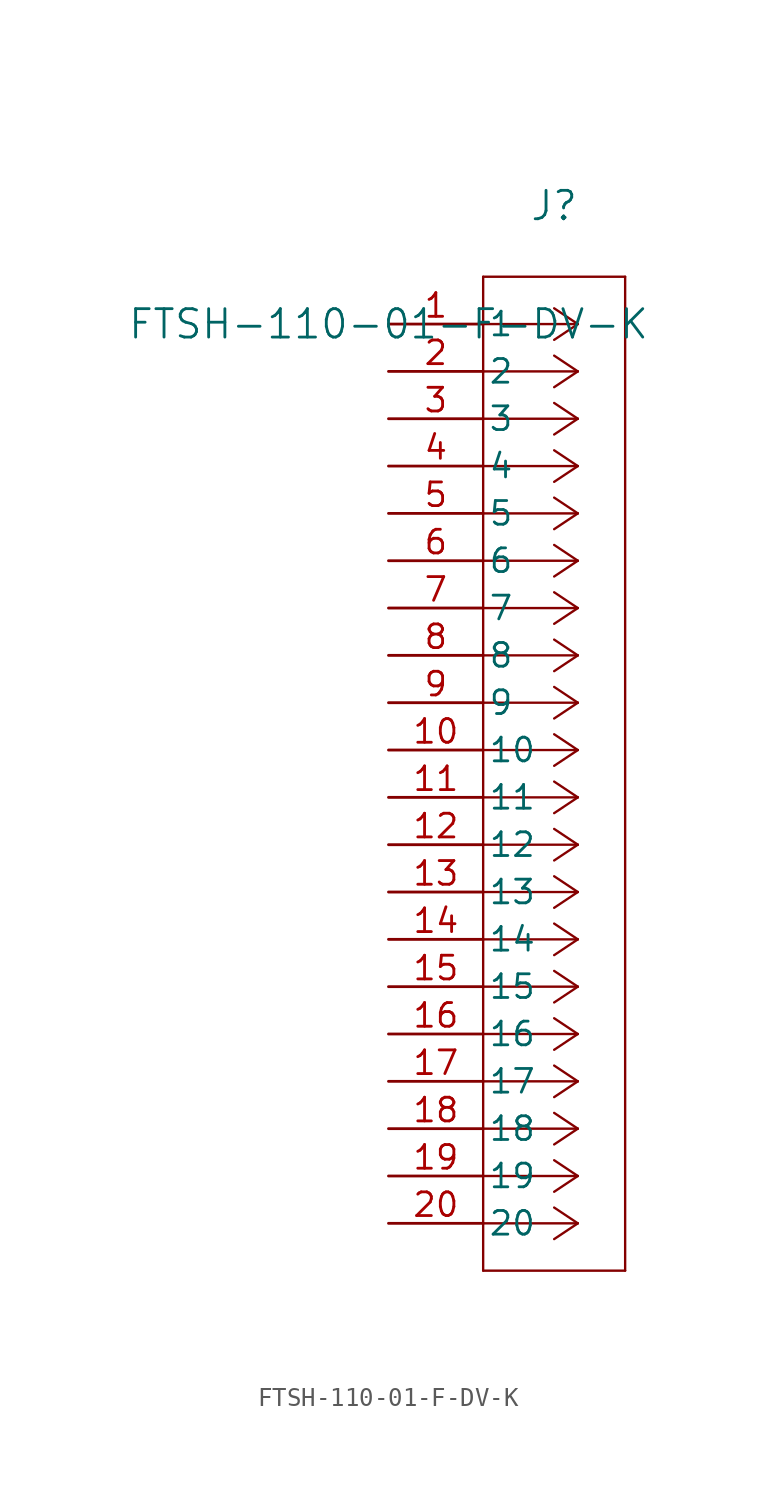
<source format=kicad_sym>
(kicad_symbol_lib
  (version 20211014)
  (generator kicad_symbol_editor)
  (symbol "FTSH-110-01-F-DV-K"
    (pin_names
      (offset 0.254))
    (property "Reference" "J"
      (at 8.89 6.35 0)
      (effects (font (size 1.524 1.524))))
    (property "Value" "FTSH-110-01-F-DV-K"
      (at 0 0 0)
      (effects (font (size 1.524 1.524))))
    (symbol "FTSH-110-01-F-DV-K_0_1"
      (polyline (pts (xy 10.16 0) (xy 5.08 0)) (stroke (width 0.127) (type default) (color 0 0 0 0)) (fill (type none)))
      (polyline (pts (xy 10.16 -2.54) (xy 5.08 -2.54)) (stroke (width 0.127) (type default) (color 0 0 0 0)) (fill (type none)))
      (polyline (pts (xy 10.16 -5.08) (xy 5.08 -5.08)) (stroke (width 0.127) (type default) (color 0 0 0 0)) (fill (type none)))
      (polyline (pts (xy 10.16 -7.62) (xy 5.08 -7.62)) (stroke (width 0.127) (type default) (color 0 0 0 0)) (fill (type none)))
      (polyline (pts (xy 10.16 -10.16) (xy 5.08 -10.16)) (stroke (width 0.127) (type default) (color 0 0 0 0)) (fill (type none)))
      (polyline (pts (xy 10.16 -12.7) (xy 5.08 -12.7)) (stroke (width 0.127) (type default) (color 0 0 0 0)) (fill (type none)))
      (polyline (pts (xy 10.16 -15.24) (xy 5.08 -15.24)) (stroke (width 0.127) (type default) (color 0 0 0 0)) (fill (type none)))
      (polyline (pts (xy 10.16 -17.78) (xy 5.08 -17.78)) (stroke (width 0.127) (type default) (color 0 0 0 0)) (fill (type none)))
      (polyline (pts (xy 10.16 -20.32) (xy 5.08 -20.32)) (stroke (width 0.127) (type default) (color 0 0 0 0)) (fill (type none)))
      (polyline (pts (xy 10.16 -22.86) (xy 5.08 -22.86)) (stroke (width 0.127) (type default) (color 0 0 0 0)) (fill (type none)))
      (polyline (pts (xy 10.16 -25.4) (xy 5.08 -25.4)) (stroke (width 0.127) (type default) (color 0 0 0 0)) (fill (type none)))
      (polyline (pts (xy 10.16 -27.94) (xy 5.08 -27.94)) (stroke (width 0.127) (type default) (color 0 0 0 0)) (fill (type none)))
      (polyline (pts (xy 10.16 -30.48) (xy 5.08 -30.48)) (stroke (width 0.127) (type default) (color 0 0 0 0)) (fill (type none)))
      (polyline (pts (xy 10.16 -33.02) (xy 5.08 -33.02)) (stroke (width 0.127) (type default) (color 0 0 0 0)) (fill (type none)))
      (polyline (pts (xy 10.16 -35.56) (xy 5.08 -35.56)) (stroke (width 0.127) (type default) (color 0 0 0 0)) (fill (type none)))
      (polyline (pts (xy 10.16 -38.1) (xy 5.08 -38.1)) (stroke (width 0.127) (type default) (color 0 0 0 0)) (fill (type none)))
      (polyline (pts (xy 10.16 -40.64) (xy 5.08 -40.64)) (stroke (width 0.127) (type default) (color 0 0 0 0)) (fill (type none)))
      (polyline (pts (xy 10.16 -43.18) (xy 5.08 -43.18)) (stroke (width 0.127) (type default) (color 0 0 0 0)) (fill (type none)))
      (polyline (pts (xy 10.16 -45.72) (xy 5.08 -45.72)) (stroke (width 0.127) (type default) (color 0 0 0 0)) (fill (type none)))
      (polyline (pts (xy 10.16 -48.26) (xy 5.08 -48.26)) (stroke (width 0.127) (type default) (color 0 0 0 0)) (fill (type none)))
      (polyline (pts (xy 10.16 0) (xy 8.89 0.847)) (stroke (width 0.127) (type default) (color 0 0 0 0)) (fill (type none)))
      (polyline (pts (xy 10.16 -2.54) (xy 8.89 -1.693)) (stroke (width 0.127) (type default) (color 0 0 0 0)) (fill (type none)))
      (polyline (pts (xy 10.16 -5.08) (xy 8.89 -4.233)) (stroke (width 0.127) (type default) (color 0 0 0 0)) (fill (type none)))
      (polyline (pts (xy 10.16 -7.62) (xy 8.89 -6.773)) (stroke (width 0.127) (type default) (color 0 0 0 0)) (fill (type none)))
      (polyline (pts (xy 10.16 -10.16) (xy 8.89 -9.313)) (stroke (width 0.127) (type default) (color 0 0 0 0)) (fill (type none)))
      (polyline (pts (xy 10.16 -12.7) (xy 8.89 -11.853)) (stroke (width 0.127) (type default) (color 0 0 0 0)) (fill (type none)))
      (polyline (pts (xy 10.16 -15.24) (xy 8.89 -14.393)) (stroke (width 0.127) (type default) (color 0 0 0 0)) (fill (type none)))
      (polyline (pts (xy 10.16 -17.78) (xy 8.89 -16.933)) (stroke (width 0.127) (type default) (color 0 0 0 0)) (fill (type none)))
      (polyline (pts (xy 10.16 -20.32) (xy 8.89 -19.473)) (stroke (width 0.127) (type default) (color 0 0 0 0)) (fill (type none)))
      (polyline (pts (xy 10.16 -22.86) (xy 8.89 -22.013)) (stroke (width 0.127) (type default) (color 0 0 0 0)) (fill (type none)))
      (polyline (pts (xy 10.16 -25.4) (xy 8.89 -24.553)) (stroke (width 0.127) (type default) (color 0 0 0 0)) (fill (type none)))
      (polyline (pts (xy 10.16 -27.94) (xy 8.89 -27.093)) (stroke (width 0.127) (type default) (color 0 0 0 0)) (fill (type none)))
      (polyline (pts (xy 10.16 -30.48) (xy 8.89 -29.633)) (stroke (width 0.127) (type default) (color 0 0 0 0)) (fill (type none)))
      (polyline (pts (xy 10.16 -33.02) (xy 8.89 -32.173)) (stroke (width 0.127) (type default) (color 0 0 0 0)) (fill (type none)))
      (polyline (pts (xy 10.16 -35.56) (xy 8.89 -34.713)) (stroke (width 0.127) (type default) (color 0 0 0 0)) (fill (type none)))
      (polyline (pts (xy 10.16 -38.1) (xy 8.89 -37.253)) (stroke (width 0.127) (type default) (color 0 0 0 0)) (fill (type none)))
      (polyline (pts (xy 10.16 -40.64) (xy 8.89 -39.793)) (stroke (width 0.127) (type default) (color 0 0 0 0)) (fill (type none)))
      (polyline (pts (xy 10.16 -43.18) (xy 8.89 -42.333)) (stroke (width 0.127) (type default) (color 0 0 0 0)) (fill (type none)))
      (polyline (pts (xy 10.16 -45.72) (xy 8.89 -44.873)) (stroke (width 0.127) (type default) (color 0 0 0 0)) (fill (type none)))
      (polyline (pts (xy 10.16 -48.26) (xy 8.89 -47.413)) (stroke (width 0.127) (type default) (color 0 0 0 0)) (fill (type none)))
      (polyline (pts (xy 10.16 0) (xy 8.89 -0.847)) (stroke (width 0.127) (type default) (color 0 0 0 0)) (fill (type none)))
      (polyline (pts (xy 10.16 -2.54) (xy 8.89 -3.387)) (stroke (width 0.127) (type default) (color 0 0 0 0)) (fill (type none)))
      (polyline (pts (xy 10.16 -5.08) (xy 8.89 -5.927)) (stroke (width 0.127) (type default) (color 0 0 0 0)) (fill (type none)))
      (polyline (pts (xy 10.16 -7.62) (xy 8.89 -8.467)) (stroke (width 0.127) (type default) (color 0 0 0 0)) (fill (type none)))
      (polyline (pts (xy 10.16 -10.16) (xy 8.89 -11.007)) (stroke (width 0.127) (type default) (color 0 0 0 0)) (fill (type none)))
      (polyline (pts (xy 10.16 -12.7) (xy 8.89 -13.547)) (stroke (width 0.127) (type default) (color 0 0 0 0)) (fill (type none)))
      (polyline (pts (xy 10.16 -15.24) (xy 8.89 -16.087)) (stroke (width 0.127) (type default) (color 0 0 0 0)) (fill (type none)))
      (polyline (pts (xy 10.16 -17.78) (xy 8.89 -18.627)) (stroke (width 0.127) (type default) (color 0 0 0 0)) (fill (type none)))
      (polyline (pts (xy 10.16 -20.32) (xy 8.89 -21.167)) (stroke (width 0.127) (type default) (color 0 0 0 0)) (fill (type none)))
      (polyline (pts (xy 10.16 -22.86) (xy 8.89 -23.707)) (stroke (width 0.127) (type default) (color 0 0 0 0)) (fill (type none)))
      (polyline (pts (xy 10.16 -25.4) (xy 8.89 -26.247)) (stroke (width 0.127) (type default) (color 0 0 0 0)) (fill (type none)))
      (polyline (pts (xy 10.16 -27.94) (xy 8.89 -28.787)) (stroke (width 0.127) (type default) (color 0 0 0 0)) (fill (type none)))
      (polyline (pts (xy 10.16 -30.48) (xy 8.89 -31.327)) (stroke (width 0.127) (type default) (color 0 0 0 0)) (fill (type none)))
      (polyline (pts (xy 10.16 -33.02) (xy 8.89 -33.867)) (stroke (width 0.127) (type default) (color 0 0 0 0)) (fill (type none)))
      (polyline (pts (xy 10.16 -35.56) (xy 8.89 -36.407)) (stroke (width 0.127) (type default) (color 0 0 0 0)) (fill (type none)))
      (polyline (pts (xy 10.16 -38.1) (xy 8.89 -38.947)) (stroke (width 0.127) (type default) (color 0 0 0 0)) (fill (type none)))
      (polyline (pts (xy 10.16 -40.64) (xy 8.89 -41.487)) (stroke (width 0.127) (type default) (color 0 0 0 0)) (fill (type none)))
      (polyline (pts (xy 10.16 -43.18) (xy 8.89 -44.027)) (stroke (width 0.127) (type default) (color 0 0 0 0)) (fill (type none)))
      (polyline (pts (xy 10.16 -45.72) (xy 8.89 -46.567)) (stroke (width 0.127) (type default) (color 0 0 0 0)) (fill (type none)))
      (polyline (pts (xy 10.16 -48.26) (xy 8.89 -49.107)) (stroke (width 0.127) (type default) (color 0 0 0 0)) (fill (type none)))
      (polyline (pts (xy 5.08 2.54) (xy 5.08 -50.8)) (stroke (width 0.127) (type default) (color 0 0 0 0)) (fill (type none)))
      (polyline (pts (xy 5.08 -50.8) (xy 12.7 -50.8)) (stroke (width 0.127) (type default) (color 0 0 0 0)) (fill (type none)))
      (polyline (pts (xy 12.7 -50.8) (xy 12.7 2.54)) (stroke (width 0.127) (type default) (color 0 0 0 0)) (fill (type none)))
      (polyline (pts (xy 12.7 2.54) (xy 5.08 2.54)) (stroke (width 0.127) (type default) (color 0 0 0 0)) (fill (type none)))
      (pin unspecified line (at 0 0 0) (length 5.08) (name "1" (effects (font (size 1.27 1.27)))) (number "1" (effects (font (size 1.27 1.27)))))
      (pin unspecified line (at 0 -2.54 0) (length 5.08) (name "2" (effects (font (size 1.27 1.27)))) (number "2" (effects (font (size 1.27 1.27)))))
      (pin unspecified line (at 0 -5.08 0) (length 5.08) (name "3" (effects (font (size 1.27 1.27)))) (number "3" (effects (font (size 1.27 1.27)))))
      (pin unspecified line (at 0 -7.62 0) (length 5.08) (name "4" (effects (font (size 1.27 1.27)))) (number "4" (effects (font (size 1.27 1.27)))))
      (pin unspecified line (at 0 -10.16 0) (length 5.08) (name "5" (effects (font (size 1.27 1.27)))) (number "5" (effects (font (size 1.27 1.27)))))
      (pin unspecified line (at 0 -12.7 0) (length 5.08) (name "6" (effects (font (size 1.27 1.27)))) (number "6" (effects (font (size 1.27 1.27)))))
      (pin unspecified line (at 0 -15.24 0) (length 5.08) (name "7" (effects (font (size 1.27 1.27)))) (number "7" (effects (font (size 1.27 1.27)))))
      (pin unspecified line (at 0 -17.78 0) (length 5.08) (name "8" (effects (font (size 1.27 1.27)))) (number "8" (effects (font (size 1.27 1.27)))))
      (pin unspecified line (at 0 -20.32 0) (length 5.08) (name "9" (effects (font (size 1.27 1.27)))) (number "9" (effects (font (size 1.27 1.27)))))
      (pin unspecified line (at 0 -22.86 0) (length 5.08) (name "10" (effects (font (size 1.27 1.27)))) (number "10" (effects (font (size 1.27 1.27)))))
      (pin unspecified line (at 0 -25.4 0) (length 5.08) (name "11" (effects (font (size 1.27 1.27)))) (number "11" (effects (font (size 1.27 1.27)))))
      (pin unspecified line (at 0 -27.94 0) (length 5.08) (name "12" (effects (font (size 1.27 1.27)))) (number "12" (effects (font (size 1.27 1.27)))))
      (pin unspecified line (at 0 -30.48 0) (length 5.08) (name "13" (effects (font (size 1.27 1.27)))) (number "13" (effects (font (size 1.27 1.27)))))
      (pin unspecified line (at 0 -33.02 0) (length 5.08) (name "14" (effects (font (size 1.27 1.27)))) (number "14" (effects (font (size 1.27 1.27)))))
      (pin unspecified line (at 0 -35.56 0) (length 5.08) (name "15" (effects (font (size 1.27 1.27)))) (number "15" (effects (font (size 1.27 1.27)))))
      (pin unspecified line (at 0 -38.1 0) (length 5.08) (name "16" (effects (font (size 1.27 1.27)))) (number "16" (effects (font (size 1.27 1.27)))))
      (pin unspecified line (at 0 -40.64 0) (length 5.08) (name "17" (effects (font (size 1.27 1.27)))) (number "17" (effects (font (size 1.27 1.27)))))
      (pin unspecified line (at 0 -43.18 0) (length 5.08) (name "18" (effects (font (size 1.27 1.27)))) (number "18" (effects (font (size 1.27 1.27)))))
      (pin unspecified line (at 0 -45.72 0) (length 5.08) (name "19" (effects (font (size 1.27 1.27)))) (number "19" (effects (font (size 1.27 1.27)))))
      (pin unspecified line (at 0 -48.26 0) (length 5.08) (name "20" (effects (font (size 1.27 1.27)))) (number "20" (effects (font (size 1.27 1.27))))))))
</source>
